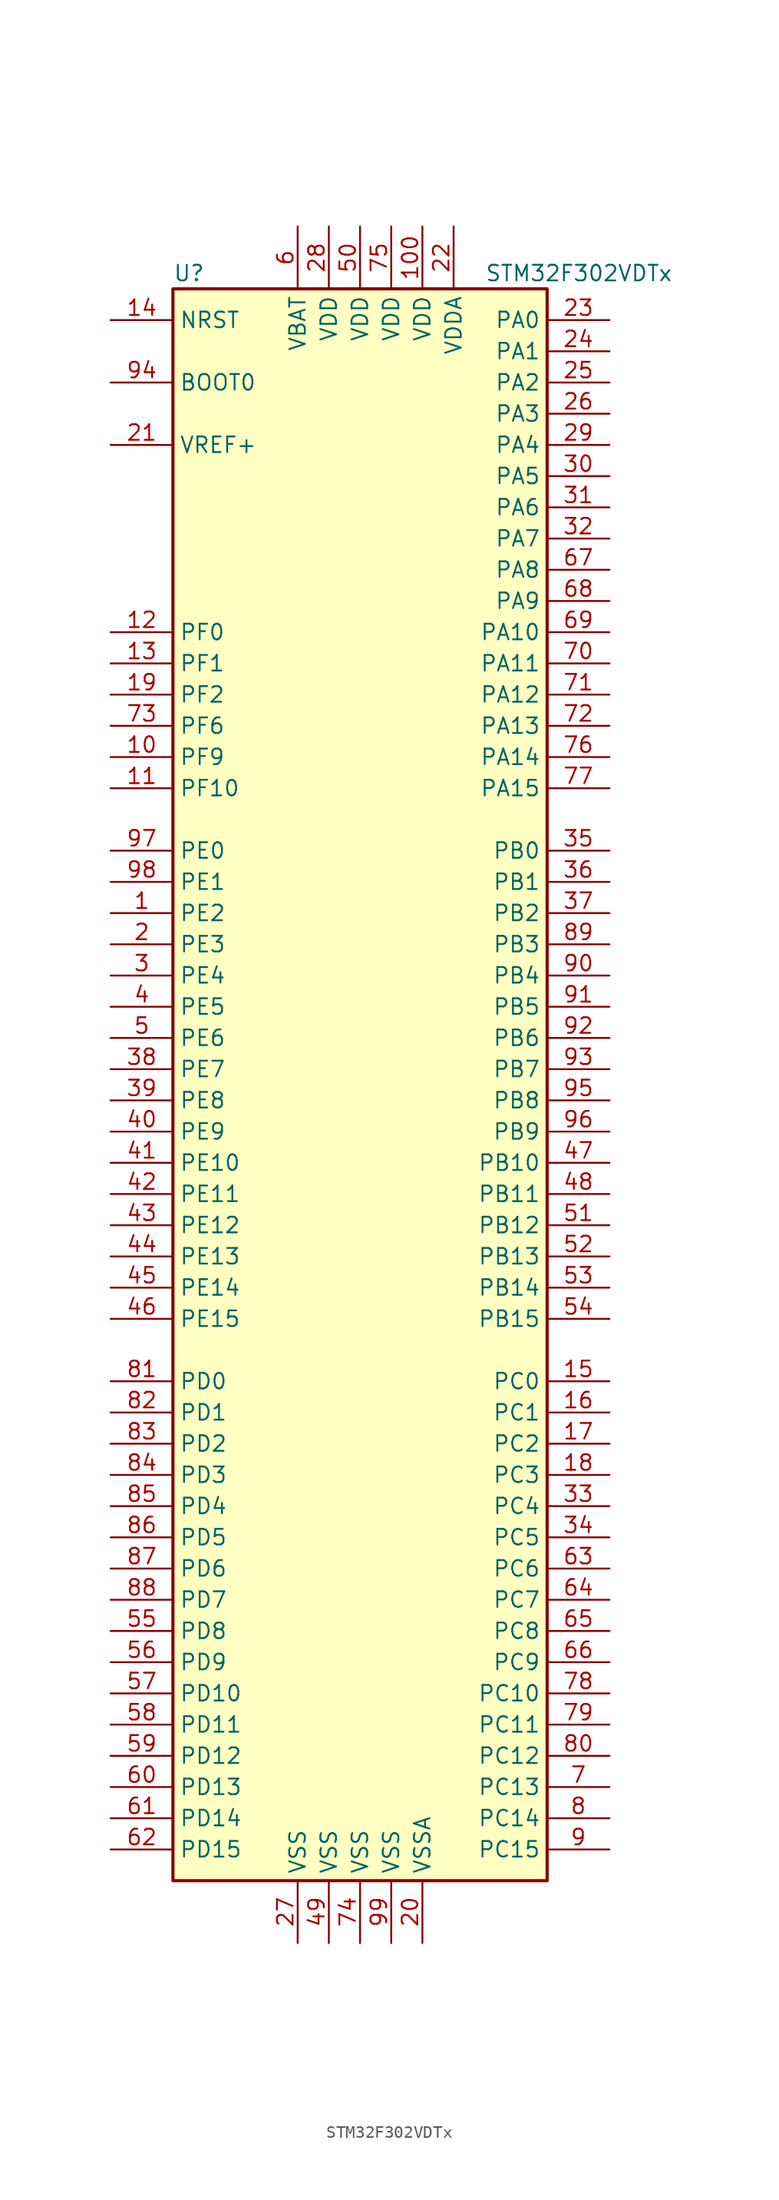
<source format=kicad_sym>
(kicad_symbol_lib
  (version 20201005)
  (generator kicad_symbol_editor)
  (symbol "STM32F302VDTx"
    (property "Reference" "U"
      (at -15.24 64.77 0)
      (effects (font (size 1.27 1.27)) (justify left)))
    (property "Value" "STM32F302VDTx"
      (at 10.16 64.77 0)
      (effects (font (size 1.27 1.27)) (justify left)))
    (symbol "STM32F302VDTx_0_1"
      (rectangle (start -15.24 -66.04) (end 15.24 63.5) (stroke (width 0.254)) (fill (type background))))
    (symbol "STM32F302VDTx_1_1"
      (pin input line (at -20.32 55.88 0) (length 5.08) (name "BOOT0" (effects (font (size 1.27 1.27)))) (number "94" (effects (font (size 1.27 1.27)))))
      (pin input line (at -20.32 60.96 0) (length 5.08) (name "NRST" (effects (font (size 1.27 1.27)))) (number "14" (effects (font (size 1.27 1.27)))))
      (pin bidirectional line (at 20.32 60.96 180) (length 5.08) (name "PA0" (effects (font (size 1.27 1.27)))) (number "23" (effects (font (size 1.27 1.27)))))
      (pin bidirectional line (at 20.32 58.42 180) (length 5.08) (name "PA1" (effects (font (size 1.27 1.27)))) (number "24" (effects (font (size 1.27 1.27)))))
      (pin bidirectional line (at 20.32 35.56 180) (length 5.08) (name "PA10" (effects (font (size 1.27 1.27)))) (number "69" (effects (font (size 1.27 1.27)))))
      (pin bidirectional line (at 20.32 33.02 180) (length 5.08) (name "PA11" (effects (font (size 1.27 1.27)))) (number "70" (effects (font (size 1.27 1.27)))))
      (pin bidirectional line (at 20.32 30.48 180) (length 5.08) (name "PA12" (effects (font (size 1.27 1.27)))) (number "71" (effects (font (size 1.27 1.27)))))
      (pin bidirectional line (at 20.32 27.94 180) (length 5.08) (name "PA13" (effects (font (size 1.27 1.27)))) (number "72" (effects (font (size 1.27 1.27)))))
      (pin bidirectional line (at 20.32 25.4 180) (length 5.08) (name "PA14" (effects (font (size 1.27 1.27)))) (number "76" (effects (font (size 1.27 1.27)))))
      (pin bidirectional line (at 20.32 22.86 180) (length 5.08) (name "PA15" (effects (font (size 1.27 1.27)))) (number "77" (effects (font (size 1.27 1.27)))))
      (pin bidirectional line (at 20.32 55.88 180) (length 5.08) (name "PA2" (effects (font (size 1.27 1.27)))) (number "25" (effects (font (size 1.27 1.27)))))
      (pin bidirectional line (at 20.32 53.34 180) (length 5.08) (name "PA3" (effects (font (size 1.27 1.27)))) (number "26" (effects (font (size 1.27 1.27)))))
      (pin bidirectional line (at 20.32 50.8 180) (length 5.08) (name "PA4" (effects (font (size 1.27 1.27)))) (number "29" (effects (font (size 1.27 1.27)))))
      (pin bidirectional line (at 20.32 48.26 180) (length 5.08) (name "PA5" (effects (font (size 1.27 1.27)))) (number "30" (effects (font (size 1.27 1.27)))))
      (pin bidirectional line (at 20.32 45.72 180) (length 5.08) (name "PA6" (effects (font (size 1.27 1.27)))) (number "31" (effects (font (size 1.27 1.27)))))
      (pin bidirectional line (at 20.32 43.18 180) (length 5.08) (name "PA7" (effects (font (size 1.27 1.27)))) (number "32" (effects (font (size 1.27 1.27)))))
      (pin bidirectional line (at 20.32 40.64 180) (length 5.08) (name "PA8" (effects (font (size 1.27 1.27)))) (number "67" (effects (font (size 1.27 1.27)))))
      (pin bidirectional line (at 20.32 38.1 180) (length 5.08) (name "PA9" (effects (font (size 1.27 1.27)))) (number "68" (effects (font (size 1.27 1.27)))))
      (pin bidirectional line (at 20.32 17.78 180) (length 5.08) (name "PB0" (effects (font (size 1.27 1.27)))) (number "35" (effects (font (size 1.27 1.27)))))
      (pin bidirectional line (at 20.32 15.24 180) (length 5.08) (name "PB1" (effects (font (size 1.27 1.27)))) (number "36" (effects (font (size 1.27 1.27)))))
      (pin bidirectional line (at 20.32 -7.62 180) (length 5.08) (name "PB10" (effects (font (size 1.27 1.27)))) (number "47" (effects (font (size 1.27 1.27)))))
      (pin bidirectional line (at 20.32 -10.16 180) (length 5.08) (name "PB11" (effects (font (size 1.27 1.27)))) (number "48" (effects (font (size 1.27 1.27)))))
      (pin bidirectional line (at 20.32 -12.7 180) (length 5.08) (name "PB12" (effects (font (size 1.27 1.27)))) (number "51" (effects (font (size 1.27 1.27)))))
      (pin bidirectional line (at 20.32 -15.24 180) (length 5.08) (name "PB13" (effects (font (size 1.27 1.27)))) (number "52" (effects (font (size 1.27 1.27)))))
      (pin bidirectional line (at 20.32 -17.78 180) (length 5.08) (name "PB14" (effects (font (size 1.27 1.27)))) (number "53" (effects (font (size 1.27 1.27)))))
      (pin bidirectional line (at 20.32 -20.32 180) (length 5.08) (name "PB15" (effects (font (size 1.27 1.27)))) (number "54" (effects (font (size 1.27 1.27)))))
      (pin bidirectional line (at 20.32 12.7 180) (length 5.08) (name "PB2" (effects (font (size 1.27 1.27)))) (number "37" (effects (font (size 1.27 1.27)))))
      (pin bidirectional line (at 20.32 10.16 180) (length 5.08) (name "PB3" (effects (font (size 1.27 1.27)))) (number "89" (effects (font (size 1.27 1.27)))))
      (pin bidirectional line (at 20.32 7.62 180) (length 5.08) (name "PB4" (effects (font (size 1.27 1.27)))) (number "90" (effects (font (size 1.27 1.27)))))
      (pin bidirectional line (at 20.32 5.08 180) (length 5.08) (name "PB5" (effects (font (size 1.27 1.27)))) (number "91" (effects (font (size 1.27 1.27)))))
      (pin bidirectional line (at 20.32 2.54 180) (length 5.08) (name "PB6" (effects (font (size 1.27 1.27)))) (number "92" (effects (font (size 1.27 1.27)))))
      (pin bidirectional line (at 20.32 0 180) (length 5.08) (name "PB7" (effects (font (size 1.27 1.27)))) (number "93" (effects (font (size 1.27 1.27)))))
      (pin bidirectional line (at 20.32 -2.54 180) (length 5.08) (name "PB8" (effects (font (size 1.27 1.27)))) (number "95" (effects (font (size 1.27 1.27)))))
      (pin bidirectional line (at 20.32 -5.08 180) (length 5.08) (name "PB9" (effects (font (size 1.27 1.27)))) (number "96" (effects (font (size 1.27 1.27)))))
      (pin bidirectional line (at 20.32 -25.4 180) (length 5.08) (name "PC0" (effects (font (size 1.27 1.27)))) (number "15" (effects (font (size 1.27 1.27)))))
      (pin bidirectional line (at 20.32 -27.94 180) (length 5.08) (name "PC1" (effects (font (size 1.27 1.27)))) (number "16" (effects (font (size 1.27 1.27)))))
      (pin bidirectional line (at 20.32 -50.8 180) (length 5.08) (name "PC10" (effects (font (size 1.27 1.27)))) (number "78" (effects (font (size 1.27 1.27)))))
      (pin bidirectional line (at 20.32 -53.34 180) (length 5.08) (name "PC11" (effects (font (size 1.27 1.27)))) (number "79" (effects (font (size 1.27 1.27)))))
      (pin bidirectional line (at 20.32 -55.88 180) (length 5.08) (name "PC12" (effects (font (size 1.27 1.27)))) (number "80" (effects (font (size 1.27 1.27)))))
      (pin bidirectional line (at 20.32 -58.42 180) (length 5.08) (name "PC13" (effects (font (size 1.27 1.27)))) (number "7" (effects (font (size 1.27 1.27)))))
      (pin bidirectional line (at 20.32 -60.96 180) (length 5.08) (name "PC14" (effects (font (size 1.27 1.27)))) (number "8" (effects (font (size 1.27 1.27)))))
      (pin bidirectional line (at 20.32 -63.5 180) (length 5.08) (name "PC15" (effects (font (size 1.27 1.27)))) (number "9" (effects (font (size 1.27 1.27)))))
      (pin bidirectional line (at 20.32 -30.48 180) (length 5.08) (name "PC2" (effects (font (size 1.27 1.27)))) (number "17" (effects (font (size 1.27 1.27)))))
      (pin bidirectional line (at 20.32 -33.02 180) (length 5.08) (name "PC3" (effects (font (size 1.27 1.27)))) (number "18" (effects (font (size 1.27 1.27)))))
      (pin bidirectional line (at 20.32 -35.56 180) (length 5.08) (name "PC4" (effects (font (size 1.27 1.27)))) (number "33" (effects (font (size 1.27 1.27)))))
      (pin bidirectional line (at 20.32 -38.1 180) (length 5.08) (name "PC5" (effects (font (size 1.27 1.27)))) (number "34" (effects (font (size 1.27 1.27)))))
      (pin bidirectional line (at 20.32 -40.64 180) (length 5.08) (name "PC6" (effects (font (size 1.27 1.27)))) (number "63" (effects (font (size 1.27 1.27)))))
      (pin bidirectional line (at 20.32 -43.18 180) (length 5.08) (name "PC7" (effects (font (size 1.27 1.27)))) (number "64" (effects (font (size 1.27 1.27)))))
      (pin bidirectional line (at 20.32 -45.72 180) (length 5.08) (name "PC8" (effects (font (size 1.27 1.27)))) (number "65" (effects (font (size 1.27 1.27)))))
      (pin bidirectional line (at 20.32 -48.26 180) (length 5.08) (name "PC9" (effects (font (size 1.27 1.27)))) (number "66" (effects (font (size 1.27 1.27)))))
      (pin bidirectional line (at -20.32 -25.4 0) (length 5.08) (name "PD0" (effects (font (size 1.27 1.27)))) (number "81" (effects (font (size 1.27 1.27)))))
      (pin bidirectional line (at -20.32 -27.94 0) (length 5.08) (name "PD1" (effects (font (size 1.27 1.27)))) (number "82" (effects (font (size 1.27 1.27)))))
      (pin bidirectional line (at -20.32 -50.8 0) (length 5.08) (name "PD10" (effects (font (size 1.27 1.27)))) (number "57" (effects (font (size 1.27 1.27)))))
      (pin bidirectional line (at -20.32 -53.34 0) (length 5.08) (name "PD11" (effects (font (size 1.27 1.27)))) (number "58" (effects (font (size 1.27 1.27)))))
      (pin bidirectional line (at -20.32 -55.88 0) (length 5.08) (name "PD12" (effects (font (size 1.27 1.27)))) (number "59" (effects (font (size 1.27 1.27)))))
      (pin bidirectional line (at -20.32 -58.42 0) (length 5.08) (name "PD13" (effects (font (size 1.27 1.27)))) (number "60" (effects (font (size 1.27 1.27)))))
      (pin bidirectional line (at -20.32 -60.96 0) (length 5.08) (name "PD14" (effects (font (size 1.27 1.27)))) (number "61" (effects (font (size 1.27 1.27)))))
      (pin bidirectional line (at -20.32 -63.5 0) (length 5.08) (name "PD15" (effects (font (size 1.27 1.27)))) (number "62" (effects (font (size 1.27 1.27)))))
      (pin bidirectional line (at -20.32 -30.48 0) (length 5.08) (name "PD2" (effects (font (size 1.27 1.27)))) (number "83" (effects (font (size 1.27 1.27)))))
      (pin bidirectional line (at -20.32 -33.02 0) (length 5.08) (name "PD3" (effects (font (size 1.27 1.27)))) (number "84" (effects (font (size 1.27 1.27)))))
      (pin bidirectional line (at -20.32 -35.56 0) (length 5.08) (name "PD4" (effects (font (size 1.27 1.27)))) (number "85" (effects (font (size 1.27 1.27)))))
      (pin bidirectional line (at -20.32 -38.1 0) (length 5.08) (name "PD5" (effects (font (size 1.27 1.27)))) (number "86" (effects (font (size 1.27 1.27)))))
      (pin bidirectional line (at -20.32 -40.64 0) (length 5.08) (name "PD6" (effects (font (size 1.27 1.27)))) (number "87" (effects (font (size 1.27 1.27)))))
      (pin bidirectional line (at -20.32 -43.18 0) (length 5.08) (name "PD7" (effects (font (size 1.27 1.27)))) (number "88" (effects (font (size 1.27 1.27)))))
      (pin bidirectional line (at -20.32 -45.72 0) (length 5.08) (name "PD8" (effects (font (size 1.27 1.27)))) (number "55" (effects (font (size 1.27 1.27)))))
      (pin bidirectional line (at -20.32 -48.26 0) (length 5.08) (name "PD9" (effects (font (size 1.27 1.27)))) (number "56" (effects (font (size 1.27 1.27)))))
      (pin bidirectional line (at -20.32 17.78 0) (length 5.08) (name "PE0" (effects (font (size 1.27 1.27)))) (number "97" (effects (font (size 1.27 1.27)))))
      (pin bidirectional line (at -20.32 15.24 0) (length 5.08) (name "PE1" (effects (font (size 1.27 1.27)))) (number "98" (effects (font (size 1.27 1.27)))))
      (pin bidirectional line (at -20.32 -7.62 0) (length 5.08) (name "PE10" (effects (font (size 1.27 1.27)))) (number "41" (effects (font (size 1.27 1.27)))))
      (pin bidirectional line (at -20.32 -10.16 0) (length 5.08) (name "PE11" (effects (font (size 1.27 1.27)))) (number "42" (effects (font (size 1.27 1.27)))))
      (pin bidirectional line (at -20.32 -12.7 0) (length 5.08) (name "PE12" (effects (font (size 1.27 1.27)))) (number "43" (effects (font (size 1.27 1.27)))))
      (pin bidirectional line (at -20.32 -15.24 0) (length 5.08) (name "PE13" (effects (font (size 1.27 1.27)))) (number "44" (effects (font (size 1.27 1.27)))))
      (pin bidirectional line (at -20.32 -17.78 0) (length 5.08) (name "PE14" (effects (font (size 1.27 1.27)))) (number "45" (effects (font (size 1.27 1.27)))))
      (pin bidirectional line (at -20.32 -20.32 0) (length 5.08) (name "PE15" (effects (font (size 1.27 1.27)))) (number "46" (effects (font (size 1.27 1.27)))))
      (pin bidirectional line (at -20.32 12.7 0) (length 5.08) (name "PE2" (effects (font (size 1.27 1.27)))) (number "1" (effects (font (size 1.27 1.27)))))
      (pin bidirectional line (at -20.32 10.16 0) (length 5.08) (name "PE3" (effects (font (size 1.27 1.27)))) (number "2" (effects (font (size 1.27 1.27)))))
      (pin bidirectional line (at -20.32 7.62 0) (length 5.08) (name "PE4" (effects (font (size 1.27 1.27)))) (number "3" (effects (font (size 1.27 1.27)))))
      (pin bidirectional line (at -20.32 5.08 0) (length 5.08) (name "PE5" (effects (font (size 1.27 1.27)))) (number "4" (effects (font (size 1.27 1.27)))))
      (pin bidirectional line (at -20.32 2.54 0) (length 5.08) (name "PE6" (effects (font (size 1.27 1.27)))) (number "5" (effects (font (size 1.27 1.27)))))
      (pin bidirectional line (at -20.32 0 0) (length 5.08) (name "PE7" (effects (font (size 1.27 1.27)))) (number "38" (effects (font (size 1.27 1.27)))))
      (pin bidirectional line (at -20.32 -2.54 0) (length 5.08) (name "PE8" (effects (font (size 1.27 1.27)))) (number "39" (effects (font (size 1.27 1.27)))))
      (pin bidirectional line (at -20.32 -5.08 0) (length 5.08) (name "PE9" (effects (font (size 1.27 1.27)))) (number "40" (effects (font (size 1.27 1.27)))))
      (pin input line (at -20.32 35.56 0) (length 5.08) (name "PF0" (effects (font (size 1.27 1.27)))) (number "12" (effects (font (size 1.27 1.27)))))
      (pin input line (at -20.32 33.02 0) (length 5.08) (name "PF1" (effects (font (size 1.27 1.27)))) (number "13" (effects (font (size 1.27 1.27)))))
      (pin bidirectional line (at -20.32 22.86 0) (length 5.08) (name "PF10" (effects (font (size 1.27 1.27)))) (number "11" (effects (font (size 1.27 1.27)))))
      (pin bidirectional line (at -20.32 30.48 0) (length 5.08) (name "PF2" (effects (font (size 1.27 1.27)))) (number "19" (effects (font (size 1.27 1.27)))))
      (pin bidirectional line (at -20.32 27.94 0) (length 5.08) (name "PF6" (effects (font (size 1.27 1.27)))) (number "73" (effects (font (size 1.27 1.27)))))
      (pin bidirectional line (at -20.32 25.4 0) (length 5.08) (name "PF9" (effects (font (size 1.27 1.27)))) (number "10" (effects (font (size 1.27 1.27)))))
      (pin power_in line (at -5.08 68.58 270) (length 5.08) (name "VBAT" (effects (font (size 1.27 1.27)))) (number "6" (effects (font (size 1.27 1.27)))))
      (pin power_in line (at 5.08 68.58 270) (length 5.08) (name "VDD" (effects (font (size 1.27 1.27)))) (number "100" (effects (font (size 1.27 1.27)))))
      (pin power_in line (at -2.54 68.58 270) (length 5.08) (name "VDD" (effects (font (size 1.27 1.27)))) (number "28" (effects (font (size 1.27 1.27)))))
      (pin power_in line (at 0 68.58 270) (length 5.08) (name "VDD" (effects (font (size 1.27 1.27)))) (number "50" (effects (font (size 1.27 1.27)))))
      (pin power_in line (at 2.54 68.58 270) (length 5.08) (name "VDD" (effects (font (size 1.27 1.27)))) (number "75" (effects (font (size 1.27 1.27)))))
      (pin power_in line (at 7.62 68.58 270) (length 5.08) (name "VDDA" (effects (font (size 1.27 1.27)))) (number "22" (effects (font (size 1.27 1.27)))))
      (pin power_in line (at -20.32 50.8 0) (length 5.08) (name "VREF+" (effects (font (size 1.27 1.27)))) (number "21" (effects (font (size 1.27 1.27)))))
      (pin power_in line (at -5.08 -71.12 90) (length 5.08) (name "VSS" (effects (font (size 1.27 1.27)))) (number "27" (effects (font (size 1.27 1.27)))))
      (pin power_in line (at -2.54 -71.12 90) (length 5.08) (name "VSS" (effects (font (size 1.27 1.27)))) (number "49" (effects (font (size 1.27 1.27)))))
      (pin power_in line (at 0 -71.12 90) (length 5.08) (name "VSS" (effects (font (size 1.27 1.27)))) (number "74" (effects (font (size 1.27 1.27)))))
      (pin power_in line (at 2.54 -71.12 90) (length 5.08) (name "VSS" (effects (font (size 1.27 1.27)))) (number "99" (effects (font (size 1.27 1.27)))))
      (pin power_in line (at 5.08 -71.12 90) (length 5.08) (name "VSSA" (effects (font (size 1.27 1.27)))) (number "20" (effects (font (size 1.27 1.27))))))))
</source>
